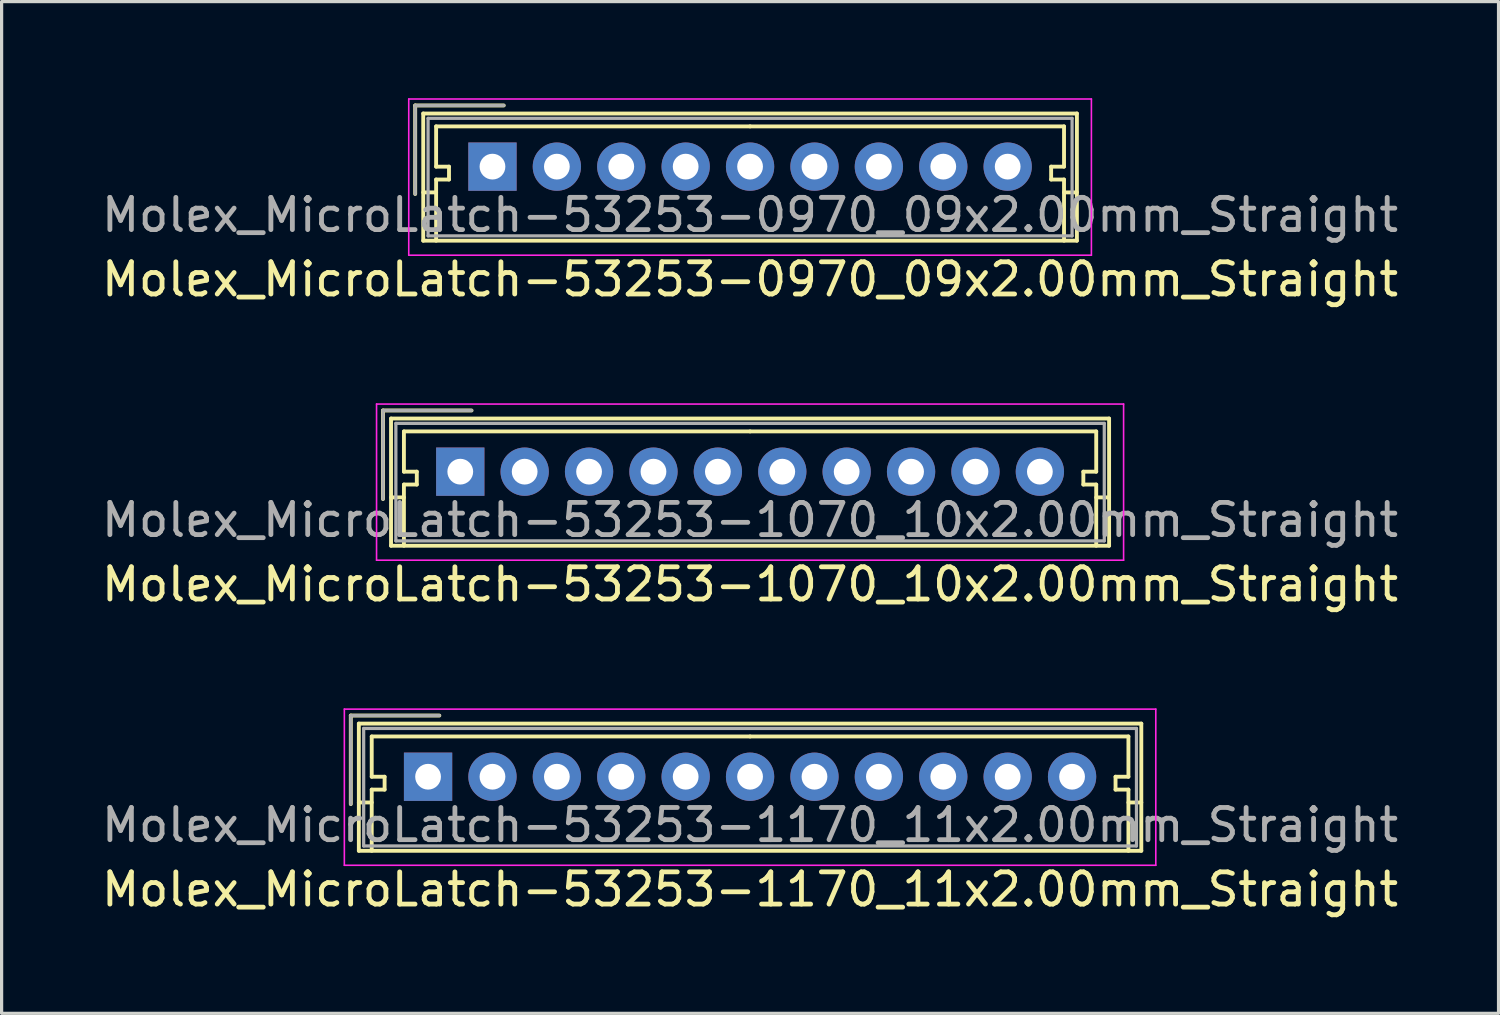
<source format=kicad_pcb>
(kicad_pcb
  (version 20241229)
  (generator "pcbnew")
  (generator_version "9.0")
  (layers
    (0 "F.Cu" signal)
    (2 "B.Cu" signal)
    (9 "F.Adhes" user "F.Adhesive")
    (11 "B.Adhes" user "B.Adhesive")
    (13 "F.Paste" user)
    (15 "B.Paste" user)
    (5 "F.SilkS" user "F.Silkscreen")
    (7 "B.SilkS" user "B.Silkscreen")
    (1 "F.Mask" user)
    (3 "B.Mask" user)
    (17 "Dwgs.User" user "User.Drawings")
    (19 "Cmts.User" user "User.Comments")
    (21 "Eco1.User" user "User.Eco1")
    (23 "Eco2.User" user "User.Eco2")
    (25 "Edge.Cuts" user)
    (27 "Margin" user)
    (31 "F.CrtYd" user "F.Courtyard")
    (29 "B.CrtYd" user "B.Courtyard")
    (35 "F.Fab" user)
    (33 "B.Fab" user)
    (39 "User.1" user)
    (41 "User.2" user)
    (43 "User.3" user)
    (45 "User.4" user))
  (footprint "Molex_MicroLatch-53253-1070_10x2.00mm_Straight"
    (layer "F.Cu")
    (at 11.244 11.598)
    (property "Reference" "Molex_MicroLatch-53253-1070_10x2.00mm_Straight" (at 9 3.5 0) (layer "F.SilkS") (effects (font (size 1 1) (thickness 0.15))))
    (attr through_hole)
    (fp_line (start -2.4 -1.9) (end -2.4 0.85) (stroke (width 0.12) (type solid)) (layer "F.SilkS"))
    (fp_line (start -2.15 -1.65) (end -2.15 2.3) (stroke (width 0.12) (type solid)) (layer "F.SilkS"))
    (fp_line (start -2.15 0.8) (end -1.75 0.8) (stroke (width 0.12) (type solid)) (layer "F.SilkS"))
    (fp_line (start -2.15 2.3) (end 20.15 2.3) (stroke (width 0.12) (type solid)) (layer "F.SilkS"))
    (fp_line (start -1.75 -1.25) (end -1.75 0) (stroke (width 0.12) (type solid)) (layer "F.SilkS"))
    (fp_line (start -1.75 0) (end -1.35 0) (stroke (width 0.12) (type solid)) (layer "F.SilkS"))
    (fp_line (start -1.75 0.4) (end -1.75 2.3) (stroke (width 0.12) (type solid)) (layer "F.SilkS"))
    (fp_line (start -1.35 0) (end -1.35 0.4) (stroke (width 0.12) (type solid)) (layer "F.SilkS"))
    (fp_line (start -1.35 0.4) (end -1.75 0.4) (stroke (width 0.12) (type solid)) (layer "F.SilkS"))
    (fp_line (start 0.35 -1.9) (end -2.4 -1.9) (stroke (width 0.12) (type solid)) (layer "F.SilkS"))
    (fp_line (start 9 -1.25) (end -1.75 -1.25) (stroke (width 0.12) (type solid)) (layer "F.SilkS"))
    (fp_line (start 9 -1.25) (end 19.75 -1.25) (stroke (width 0.12) (type solid)) (layer "F.SilkS"))
    (fp_line (start 19.35 0) (end 19.35 0.4) (stroke (width 0.12) (type solid)) (layer "F.SilkS"))
    (fp_line (start 19.35 0.4) (end 19.75 0.4) (stroke (width 0.12) (type solid)) (layer "F.SilkS"))
    (fp_line (start 19.75 -1.25) (end 19.75 0) (stroke (width 0.12) (type solid)) (layer "F.SilkS"))
    (fp_line (start 19.75 0) (end 19.35 0) (stroke (width 0.12) (type solid)) (layer "F.SilkS"))
    (fp_line (start 19.75 0.4) (end 19.75 2.3) (stroke (width 0.12) (type solid)) (layer "F.SilkS"))
    (fp_line (start 20.15 -1.65) (end -2.15 -1.65) (stroke (width 0.12) (type solid)) (layer "F.SilkS"))
    (fp_line (start 20.15 0.8) (end 19.75 0.8) (stroke (width 0.12) (type solid)) (layer "F.SilkS"))
    (fp_line (start 20.15 2.3) (end 20.15 -1.65) (stroke (width 0.12) (type solid)) (layer "F.SilkS"))
    (fp_line (start -2.6 -2.1) (end -2.6 2.75) (stroke (width 0.05) (type solid)) (layer "F.CrtYd"))
    (fp_line (start -2.6 2.75) (end 20.6 2.75) (stroke (width 0.05) (type solid)) (layer "F.CrtYd"))
    (fp_line (start 20.6 -2.1) (end -2.6 -2.1) (stroke (width 0.05) (type solid)) (layer "F.CrtYd"))
    (fp_line (start 20.6 2.75) (end 20.6 -2.1) (stroke (width 0.05) (type solid)) (layer "F.CrtYd"))
    (fp_line (start -2.4 -1.9) (end -2.4 0.85) (stroke (width 0.1) (type solid)) (layer "F.Fab"))
    (fp_line (start -2 -1.5) (end -2 2.15) (stroke (width 0.1) (type solid)) (layer "F.Fab"))
    (fp_line (start -2 2.15) (end 20 2.15) (stroke (width 0.1) (type solid)) (layer "F.Fab"))
    (fp_line (start 0.35 -1.9) (end -2.4 -1.9) (stroke (width 0.1) (type solid)) (layer "F.Fab"))
    (fp_line (start 20 -1.5) (end -2 -1.5) (stroke (width 0.1) (type solid)) (layer "F.Fab"))
    (fp_line (start 20 2.15) (end 20 -1.5) (stroke (width 0.1) (type solid)) (layer "F.Fab"))
    (fp_text user "${REFERENCE}" (at 9 1.5 0) (layer "F.Fab") (effects (font (size 1 1) (thickness 0.15))))
    (pad "1" thru_hole rect (at 0 0) (size 1.5 1.5) (drill 0.8) (layers "*.Cu" "*.Mask"))
    (pad "2" thru_hole circle (at 2 0) (size 1.5 1.5) (drill 0.8) (layers "*.Cu" "*.Mask"))
    (pad "3" thru_hole circle (at 4 0) (size 1.5 1.5) (drill 0.8) (layers "*.Cu" "*.Mask"))
    (pad "4" thru_hole circle (at 6 0) (size 1.5 1.5) (drill 0.8) (layers "*.Cu" "*.Mask"))
    (pad "5" thru_hole circle (at 8 0) (size 1.5 1.5) (drill 0.8) (layers "*.Cu" "*.Mask"))
    (pad "6" thru_hole circle (at 10 0) (size 1.5 1.5) (drill 0.8) (layers "*.Cu" "*.Mask"))
    (pad "7" thru_hole circle (at 12 0) (size 1.5 1.5) (drill 0.8) (layers "*.Cu" "*.Mask"))
    (pad "8" thru_hole circle (at 14 0) (size 1.5 1.5) (drill 0.8) (layers "*.Cu" "*.Mask"))
    (pad "9" thru_hole circle (at 16 0) (size 1.5 1.5) (drill 0.8) (layers "*.Cu" "*.Mask"))
    (pad "10" thru_hole circle (at 18 0) (size 1.5 1.5) (drill 0.8) (layers "*.Cu" "*.Mask")))
  (footprint "Molex_MicroLatch-53253-1170_11x2.00mm_Straight"
    (layer "F.Cu")
    (at 10.244 21.072)
    (property "Reference" "Molex_MicroLatch-53253-1170_11x2.00mm_Straight" (at 10 3.5 0) (layer "F.SilkS") (effects (font (size 1 1) (thickness 0.15))))
    (attr through_hole)
    (fp_line (start -2.4 -1.9) (end -2.4 0.85) (stroke (width 0.12) (type solid)) (layer "F.SilkS"))
    (fp_line (start -2.15 -1.65) (end -2.15 2.3) (stroke (width 0.12) (type solid)) (layer "F.SilkS"))
    (fp_line (start -2.15 0.8) (end -1.75 0.8) (stroke (width 0.12) (type solid)) (layer "F.SilkS"))
    (fp_line (start -2.15 2.3) (end 22.15 2.3) (stroke (width 0.12) (type solid)) (layer "F.SilkS"))
    (fp_line (start -1.75 -1.25) (end -1.75 0) (stroke (width 0.12) (type solid)) (layer "F.SilkS"))
    (fp_line (start -1.75 0) (end -1.35 0) (stroke (width 0.12) (type solid)) (layer "F.SilkS"))
    (fp_line (start -1.75 0.4) (end -1.75 2.3) (stroke (width 0.12) (type solid)) (layer "F.SilkS"))
    (fp_line (start -1.35 0) (end -1.35 0.4) (stroke (width 0.12) (type solid)) (layer "F.SilkS"))
    (fp_line (start -1.35 0.4) (end -1.75 0.4) (stroke (width 0.12) (type solid)) (layer "F.SilkS"))
    (fp_line (start 0.35 -1.9) (end -2.4 -1.9) (stroke (width 0.12) (type solid)) (layer "F.SilkS"))
    (fp_line (start 10 -1.25) (end -1.75 -1.25) (stroke (width 0.12) (type solid)) (layer "F.SilkS"))
    (fp_line (start 10 -1.25) (end 21.75 -1.25) (stroke (width 0.12) (type solid)) (layer "F.SilkS"))
    (fp_line (start 21.35 0) (end 21.35 0.4) (stroke (width 0.12) (type solid)) (layer "F.SilkS"))
    (fp_line (start 21.35 0.4) (end 21.75 0.4) (stroke (width 0.12) (type solid)) (layer "F.SilkS"))
    (fp_line (start 21.75 -1.25) (end 21.75 0) (stroke (width 0.12) (type solid)) (layer "F.SilkS"))
    (fp_line (start 21.75 0) (end 21.35 0) (stroke (width 0.12) (type solid)) (layer "F.SilkS"))
    (fp_line (start 21.75 0.4) (end 21.75 2.3) (stroke (width 0.12) (type solid)) (layer "F.SilkS"))
    (fp_line (start 22.15 -1.65) (end -2.15 -1.65) (stroke (width 0.12) (type solid)) (layer "F.SilkS"))
    (fp_line (start 22.15 0.8) (end 21.75 0.8) (stroke (width 0.12) (type solid)) (layer "F.SilkS"))
    (fp_line (start 22.15 2.3) (end 22.15 -1.65) (stroke (width 0.12) (type solid)) (layer "F.SilkS"))
    (fp_line (start -2.6 -2.1) (end -2.6 2.75) (stroke (width 0.05) (type solid)) (layer "F.CrtYd"))
    (fp_line (start -2.6 2.75) (end 22.6 2.75) (stroke (width 0.05) (type solid)) (layer "F.CrtYd"))
    (fp_line (start 22.6 -2.1) (end -2.6 -2.1) (stroke (width 0.05) (type solid)) (layer "F.CrtYd"))
    (fp_line (start 22.6 2.75) (end 22.6 -2.1) (stroke (width 0.05) (type solid)) (layer "F.CrtYd"))
    (fp_line (start -2.4 -1.9) (end -2.4 0.85) (stroke (width 0.1) (type solid)) (layer "F.Fab"))
    (fp_line (start -2 -1.5) (end -2 2.15) (stroke (width 0.1) (type solid)) (layer "F.Fab"))
    (fp_line (start -2 2.15) (end 22 2.15) (stroke (width 0.1) (type solid)) (layer "F.Fab"))
    (fp_line (start 0.35 -1.9) (end -2.4 -1.9) (stroke (width 0.1) (type solid)) (layer "F.Fab"))
    (fp_line (start 22 -1.5) (end -2 -1.5) (stroke (width 0.1) (type solid)) (layer "F.Fab"))
    (fp_line (start 22 2.15) (end 22 -1.5) (stroke (width 0.1) (type solid)) (layer "F.Fab"))
    (fp_text user "${REFERENCE}" (at 10 1.5 0) (layer "F.Fab") (effects (font (size 1 1) (thickness 0.15))))
    (pad "1" thru_hole rect (at 0 0) (size 1.5 1.5) (drill 0.8) (layers "*.Cu" "*.Mask"))
    (pad "2" thru_hole circle (at 2 0) (size 1.5 1.5) (drill 0.8) (layers "*.Cu" "*.Mask"))
    (pad "3" thru_hole circle (at 4 0) (size 1.5 1.5) (drill 0.8) (layers "*.Cu" "*.Mask"))
    (pad "4" thru_hole circle (at 6 0) (size 1.5 1.5) (drill 0.8) (layers "*.Cu" "*.Mask"))
    (pad "5" thru_hole circle (at 8 0) (size 1.5 1.5) (drill 0.8) (layers "*.Cu" "*.Mask"))
    (pad "6" thru_hole circle (at 10 0) (size 1.5 1.5) (drill 0.8) (layers "*.Cu" "*.Mask"))
    (pad "7" thru_hole circle (at 12 0) (size 1.5 1.5) (drill 0.8) (layers "*.Cu" "*.Mask"))
    (pad "8" thru_hole circle (at 14 0) (size 1.5 1.5) (drill 0.8) (layers "*.Cu" "*.Mask"))
    (pad "9" thru_hole circle (at 16 0) (size 1.5 1.5) (drill 0.8) (layers "*.Cu" "*.Mask"))
    (pad "10" thru_hole circle (at 18 0) (size 1.5 1.5) (drill 0.8) (layers "*.Cu" "*.Mask"))
    (pad "11" thru_hole circle (at 20 0) (size 1.5 1.5) (drill 0.8) (layers "*.Cu" "*.Mask")))
  (footprint "Molex_MicroLatch-53253-0970_09x2.00mm_Straight"
    (layer "F.Cu")
    (at 12.244 2.125)
    (property "Reference" "Molex_MicroLatch-53253-0970_09x2.00mm_Straight" (at 8 3.5 0) (layer "F.SilkS") (effects (font (size 1 1) (thickness 0.15))))
    (attr through_hole)
    (fp_line (start -2.4 -1.9) (end -2.4 0.85) (stroke (width 0.12) (type solid)) (layer "F.SilkS"))
    (fp_line (start -2.15 -1.65) (end -2.15 2.3) (stroke (width 0.12) (type solid)) (layer "F.SilkS"))
    (fp_line (start -2.15 0.8) (end -1.75 0.8) (stroke (width 0.12) (type solid)) (layer "F.SilkS"))
    (fp_line (start -2.15 2.3) (end 18.15 2.3) (stroke (width 0.12) (type solid)) (layer "F.SilkS"))
    (fp_line (start -1.75 -1.25) (end -1.75 0) (stroke (width 0.12) (type solid)) (layer "F.SilkS"))
    (fp_line (start -1.75 0) (end -1.35 0) (stroke (width 0.12) (type solid)) (layer "F.SilkS"))
    (fp_line (start -1.75 0.4) (end -1.75 2.3) (stroke (width 0.12) (type solid)) (layer "F.SilkS"))
    (fp_line (start -1.35 0) (end -1.35 0.4) (stroke (width 0.12) (type solid)) (layer "F.SilkS"))
    (fp_line (start -1.35 0.4) (end -1.75 0.4) (stroke (width 0.12) (type solid)) (layer "F.SilkS"))
    (fp_line (start 0.35 -1.9) (end -2.4 -1.9) (stroke (width 0.12) (type solid)) (layer "F.SilkS"))
    (fp_line (start 8 -1.25) (end -1.75 -1.25) (stroke (width 0.12) (type solid)) (layer "F.SilkS"))
    (fp_line (start 8 -1.25) (end 17.75 -1.25) (stroke (width 0.12) (type solid)) (layer "F.SilkS"))
    (fp_line (start 17.35 0) (end 17.35 0.4) (stroke (width 0.12) (type solid)) (layer "F.SilkS"))
    (fp_line (start 17.35 0.4) (end 17.75 0.4) (stroke (width 0.12) (type solid)) (layer "F.SilkS"))
    (fp_line (start 17.75 -1.25) (end 17.75 0) (stroke (width 0.12) (type solid)) (layer "F.SilkS"))
    (fp_line (start 17.75 0) (end 17.35 0) (stroke (width 0.12) (type solid)) (layer "F.SilkS"))
    (fp_line (start 17.75 0.4) (end 17.75 2.3) (stroke (width 0.12) (type solid)) (layer "F.SilkS"))
    (fp_line (start 18.15 -1.65) (end -2.15 -1.65) (stroke (width 0.12) (type solid)) (layer "F.SilkS"))
    (fp_line (start 18.15 0.8) (end 17.75 0.8) (stroke (width 0.12) (type solid)) (layer "F.SilkS"))
    (fp_line (start 18.15 2.3) (end 18.15 -1.65) (stroke (width 0.12) (type solid)) (layer "F.SilkS"))
    (fp_line (start -2.6 -2.1) (end -2.6 2.75) (stroke (width 0.05) (type solid)) (layer "F.CrtYd"))
    (fp_line (start -2.6 2.75) (end 18.6 2.75) (stroke (width 0.05) (type solid)) (layer "F.CrtYd"))
    (fp_line (start 18.6 -2.1) (end -2.6 -2.1) (stroke (width 0.05) (type solid)) (layer "F.CrtYd"))
    (fp_line (start 18.6 2.75) (end 18.6 -2.1) (stroke (width 0.05) (type solid)) (layer "F.CrtYd"))
    (fp_line (start -2.4 -1.9) (end -2.4 0.85) (stroke (width 0.1) (type solid)) (layer "F.Fab"))
    (fp_line (start -2 -1.5) (end -2 2.15) (stroke (width 0.1) (type solid)) (layer "F.Fab"))
    (fp_line (start -2 2.15) (end 18 2.15) (stroke (width 0.1) (type solid)) (layer "F.Fab"))
    (fp_line (start 0.35 -1.9) (end -2.4 -1.9) (stroke (width 0.1) (type solid)) (layer "F.Fab"))
    (fp_line (start 18 -1.5) (end -2 -1.5) (stroke (width 0.1) (type solid)) (layer "F.Fab"))
    (fp_line (start 18 2.15) (end 18 -1.5) (stroke (width 0.1) (type solid)) (layer "F.Fab"))
    (fp_text user "${REFERENCE}" (at 8 1.5 0) (layer "F.Fab") (effects (font (size 1 1) (thickness 0.15))))
    (pad "1" thru_hole rect (at 0 0) (size 1.5 1.5) (drill 0.8) (layers "*.Cu" "*.Mask"))
    (pad "2" thru_hole circle (at 2 0) (size 1.5 1.5) (drill 0.8) (layers "*.Cu" "*.Mask"))
    (pad "3" thru_hole circle (at 4 0) (size 1.5 1.5) (drill 0.8) (layers "*.Cu" "*.Mask"))
    (pad "4" thru_hole circle (at 6 0) (size 1.5 1.5) (drill 0.8) (layers "*.Cu" "*.Mask"))
    (pad "5" thru_hole circle (at 8 0) (size 1.5 1.5) (drill 0.8) (layers "*.Cu" "*.Mask"))
    (pad "6" thru_hole circle (at 10 0) (size 1.5 1.5) (drill 0.8) (layers "*.Cu" "*.Mask"))
    (pad "7" thru_hole circle (at 12 0) (size 1.5 1.5) (drill 0.8) (layers "*.Cu" "*.Mask"))
    (pad "8" thru_hole circle (at 14 0) (size 1.5 1.5) (drill 0.8) (layers "*.Cu" "*.Mask"))
    (pad "9" thru_hole circle (at 16 0) (size 1.5 1.5) (drill 0.8) (layers "*.Cu" "*.Mask")))
  (gr_rect
    (start -3 -3)
    (end 43.488 28.42)
    (stroke (width 0.1) (type default))
    (fill no)
    (layer "Edge.Cuts")))
</source>
